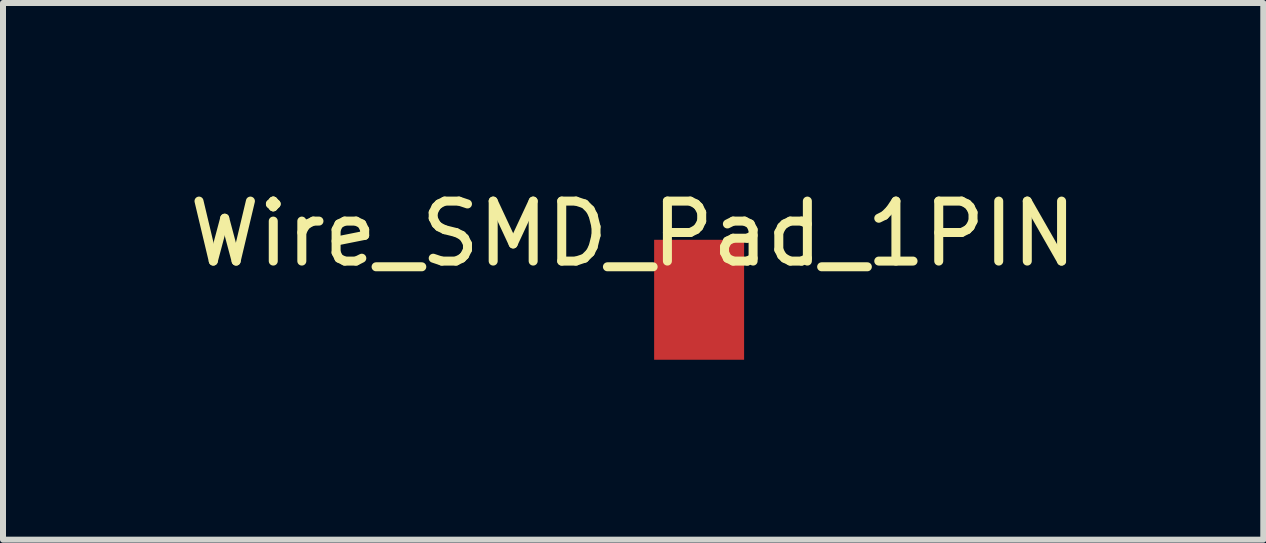
<source format=kicad_pcb>
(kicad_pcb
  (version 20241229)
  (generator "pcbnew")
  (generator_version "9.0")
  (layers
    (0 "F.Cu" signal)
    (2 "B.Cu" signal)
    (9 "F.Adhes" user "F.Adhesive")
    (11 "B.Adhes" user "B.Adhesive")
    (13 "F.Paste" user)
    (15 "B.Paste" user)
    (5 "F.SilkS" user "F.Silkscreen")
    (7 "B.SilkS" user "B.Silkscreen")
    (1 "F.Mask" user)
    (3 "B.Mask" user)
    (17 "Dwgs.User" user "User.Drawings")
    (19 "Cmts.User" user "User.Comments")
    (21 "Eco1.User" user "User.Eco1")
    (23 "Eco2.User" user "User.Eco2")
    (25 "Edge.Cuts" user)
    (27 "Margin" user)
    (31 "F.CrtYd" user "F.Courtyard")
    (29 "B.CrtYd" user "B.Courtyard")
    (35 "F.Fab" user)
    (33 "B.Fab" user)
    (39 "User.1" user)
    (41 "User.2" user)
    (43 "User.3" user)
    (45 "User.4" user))
  (footprint "Wire_SMD_Pad_1PIN"
    (layer "F.Cu")
    (at 7.506 0.348)
    (property "Reference" "Wire_SMD_Pad_1PIN" (at 0 0.5 0) (layer "F.SilkS") (effects (font (size 1 1) (thickness 0.15))))
    (attr through_hole)
    (pad "1" smd rect (at 1.1 1.6) (size 1.5 2) (layers "F.Cu" "F.Mask" "F.Paste")))
  (gr_rect
    (start -3 -3)
    (end 18.012 5.948)
    (stroke (width 0.1) (type default))
    (fill no)
    (layer "Edge.Cuts")))
</source>
